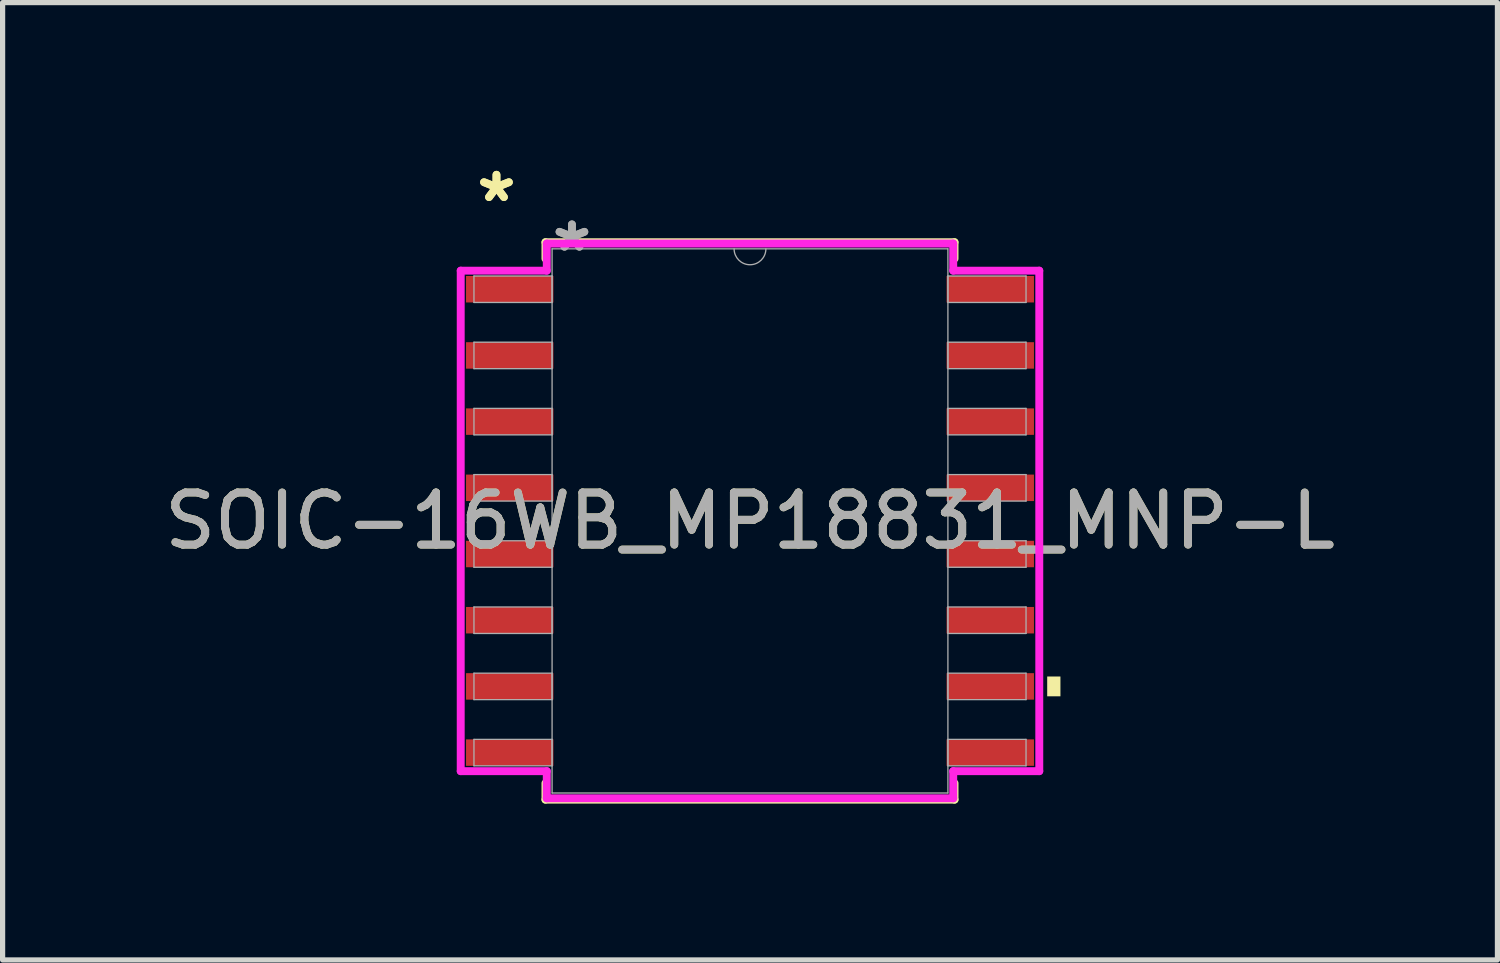
<source format=kicad_pcb>
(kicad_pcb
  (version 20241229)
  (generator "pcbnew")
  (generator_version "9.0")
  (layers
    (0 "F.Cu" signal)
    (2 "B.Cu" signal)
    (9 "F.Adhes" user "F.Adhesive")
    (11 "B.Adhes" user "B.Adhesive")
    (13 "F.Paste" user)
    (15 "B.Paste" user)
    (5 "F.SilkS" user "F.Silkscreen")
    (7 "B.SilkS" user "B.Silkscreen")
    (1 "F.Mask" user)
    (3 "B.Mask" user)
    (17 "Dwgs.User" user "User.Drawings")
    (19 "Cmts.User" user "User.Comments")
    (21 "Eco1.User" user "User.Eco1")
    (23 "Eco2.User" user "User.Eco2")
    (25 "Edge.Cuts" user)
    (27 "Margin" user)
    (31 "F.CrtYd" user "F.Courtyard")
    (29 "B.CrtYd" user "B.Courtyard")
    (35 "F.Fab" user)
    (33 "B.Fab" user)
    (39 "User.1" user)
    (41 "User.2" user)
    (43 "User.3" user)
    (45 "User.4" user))
  (footprint "SOIC-16WB_MP18831_MNP-L"
    (layer "F.Cu")
    (at 11.339 6.944)
    (property "Reference" "SOIC-16WB_MP18831_MNP-L" (at 0 0 0) (unlocked yes) (layer "F.SilkS") (effects (font (size 1 1) (thickness 0.15))))
    (attr smd)
    (fp_line (start -3.924 -5.347) (end -3.924 -5.032) (stroke (width 0.152) (type solid)) (layer "F.SilkS"))
    (fp_line (start -3.924 5.032) (end -3.924 5.347) (stroke (width 0.152) (type solid)) (layer "F.SilkS"))
    (fp_line (start -3.924 5.347) (end 3.924 5.347) (stroke (width 0.152) (type solid)) (layer "F.SilkS"))
    (fp_line (start 3.924 -5.347) (end -3.924 -5.347) (stroke (width 0.152) (type solid)) (layer "F.SilkS"))
    (fp_line (start 3.924 -5.032) (end 3.924 -5.347) (stroke (width 0.152) (type solid)) (layer "F.SilkS"))
    (fp_line (start 3.924 5.347) (end 3.924 5.032) (stroke (width 0.152) (type solid)) (layer "F.SilkS"))
    (fp_poly (pts (xy 5.956 2.985) (xy 5.956 3.365) (xy 5.702 3.365) (xy 5.702 2.985)) (stroke (width 0) (type solid)) (fill yes) (layer "F.SilkS"))
    (fp_line (start -5.55 -4.801) (end -3.899 -4.801) (stroke (width 0.152) (type solid)) (layer "F.CrtYd"))
    (fp_line (start -5.55 4.801) (end -5.55 -4.801) (stroke (width 0.152) (type solid)) (layer "F.CrtYd"))
    (fp_line (start -5.55 4.801) (end -3.899 4.801) (stroke (width 0.152) (type solid)) (layer "F.CrtYd"))
    (fp_line (start -3.899 -5.321) (end 3.899 -5.321) (stroke (width 0.152) (type solid)) (layer "F.CrtYd"))
    (fp_line (start -3.899 -4.801) (end -3.899 -5.321) (stroke (width 0.152) (type solid)) (layer "F.CrtYd"))
    (fp_line (start -3.899 5.321) (end -3.899 4.801) (stroke (width 0.152) (type solid)) (layer "F.CrtYd"))
    (fp_line (start 3.899 -5.321) (end 3.899 -4.801) (stroke (width 0.152) (type solid)) (layer "F.CrtYd"))
    (fp_line (start 3.899 4.801) (end 3.899 5.321) (stroke (width 0.152) (type solid)) (layer "F.CrtYd"))
    (fp_line (start 3.899 5.321) (end -3.899 5.321) (stroke (width 0.152) (type solid)) (layer "F.CrtYd"))
    (fp_line (start 5.55 -4.801) (end 3.899 -4.801) (stroke (width 0.152) (type solid)) (layer "F.CrtYd"))
    (fp_line (start 5.55 -4.801) (end 5.55 4.801) (stroke (width 0.152) (type solid)) (layer "F.CrtYd"))
    (fp_line (start 5.55 4.801) (end 3.899 4.801) (stroke (width 0.152) (type solid)) (layer "F.CrtYd"))
    (fp_line (start -5.296 -4.699) (end -5.296 -4.191) (stroke (width 0.025) (type solid)) (layer "F.Fab"))
    (fp_line (start -5.296 -4.191) (end -3.797 -4.191) (stroke (width 0.025) (type solid)) (layer "F.Fab"))
    (fp_line (start -5.296 -3.429) (end -5.296 -2.921) (stroke (width 0.025) (type solid)) (layer "F.Fab"))
    (fp_line (start -5.296 -2.921) (end -3.797 -2.921) (stroke (width 0.025) (type solid)) (layer "F.Fab"))
    (fp_line (start -5.296 -2.159) (end -5.296 -1.651) (stroke (width 0.025) (type solid)) (layer "F.Fab"))
    (fp_line (start -5.296 -1.651) (end -3.797 -1.651) (stroke (width 0.025) (type solid)) (layer "F.Fab"))
    (fp_line (start -5.296 -0.889) (end -5.296 -0.381) (stroke (width 0.025) (type solid)) (layer "F.Fab"))
    (fp_line (start -5.296 -0.381) (end -3.797 -0.381) (stroke (width 0.025) (type solid)) (layer "F.Fab"))
    (fp_line (start -5.296 0.381) (end -5.296 0.889) (stroke (width 0.025) (type solid)) (layer "F.Fab"))
    (fp_line (start -5.296 0.889) (end -3.797 0.889) (stroke (width 0.025) (type solid)) (layer "F.Fab"))
    (fp_line (start -5.296 1.651) (end -5.296 2.159) (stroke (width 0.025) (type solid)) (layer "F.Fab"))
    (fp_line (start -5.296 2.159) (end -3.797 2.159) (stroke (width 0.025) (type solid)) (layer "F.Fab"))
    (fp_line (start -5.296 2.921) (end -5.296 3.429) (stroke (width 0.025) (type solid)) (layer "F.Fab"))
    (fp_line (start -5.296 3.429) (end -3.797 3.429) (stroke (width 0.025) (type solid)) (layer "F.Fab"))
    (fp_line (start -5.296 4.191) (end -5.296 4.699) (stroke (width 0.025) (type solid)) (layer "F.Fab"))
    (fp_line (start -5.296 4.699) (end -3.797 4.699) (stroke (width 0.025) (type solid)) (layer "F.Fab"))
    (fp_line (start -3.797 -5.22) (end -3.797 5.22) (stroke (width 0.025) (type solid)) (layer "F.Fab"))
    (fp_line (start -3.797 -4.699) (end -5.296 -4.699) (stroke (width 0.025) (type solid)) (layer "F.Fab"))
    (fp_line (start -3.797 -4.191) (end -3.797 -4.699) (stroke (width 0.025) (type solid)) (layer "F.Fab"))
    (fp_line (start -3.797 -3.429) (end -5.296 -3.429) (stroke (width 0.025) (type solid)) (layer "F.Fab"))
    (fp_line (start -3.797 -2.921) (end -3.797 -3.429) (stroke (width 0.025) (type solid)) (layer "F.Fab"))
    (fp_line (start -3.797 -2.159) (end -5.296 -2.159) (stroke (width 0.025) (type solid)) (layer "F.Fab"))
    (fp_line (start -3.797 -1.651) (end -3.797 -2.159) (stroke (width 0.025) (type solid)) (layer "F.Fab"))
    (fp_line (start -3.797 -0.889) (end -5.296 -0.889) (stroke (width 0.025) (type solid)) (layer "F.Fab"))
    (fp_line (start -3.797 -0.381) (end -3.797 -0.889) (stroke (width 0.025) (type solid)) (layer "F.Fab"))
    (fp_line (start -3.797 0.381) (end -5.296 0.381) (stroke (width 0.025) (type solid)) (layer "F.Fab"))
    (fp_line (start -3.797 0.889) (end -3.797 0.381) (stroke (width 0.025) (type solid)) (layer "F.Fab"))
    (fp_line (start -3.797 1.651) (end -5.296 1.651) (stroke (width 0.025) (type solid)) (layer "F.Fab"))
    (fp_line (start -3.797 2.159) (end -3.797 1.651) (stroke (width 0.025) (type solid)) (layer "F.Fab"))
    (fp_line (start -3.797 2.921) (end -5.296 2.921) (stroke (width 0.025) (type solid)) (layer "F.Fab"))
    (fp_line (start -3.797 3.429) (end -3.797 2.921) (stroke (width 0.025) (type solid)) (layer "F.Fab"))
    (fp_line (start -3.797 4.191) (end -5.296 4.191) (stroke (width 0.025) (type solid)) (layer "F.Fab"))
    (fp_line (start -3.797 4.699) (end -3.797 4.191) (stroke (width 0.025) (type solid)) (layer "F.Fab"))
    (fp_line (start -3.797 5.22) (end 3.797 5.22) (stroke (width 0.025) (type solid)) (layer "F.Fab"))
    (fp_line (start 3.797 -5.22) (end -3.797 -5.22) (stroke (width 0.025) (type solid)) (layer "F.Fab"))
    (fp_line (start 3.797 -4.699) (end 3.797 -4.191) (stroke (width 0.025) (type solid)) (layer "F.Fab"))
    (fp_line (start 3.797 -4.191) (end 5.296 -4.191) (stroke (width 0.025) (type solid)) (layer "F.Fab"))
    (fp_line (start 3.797 -3.429) (end 3.797 -2.921) (stroke (width 0.025) (type solid)) (layer "F.Fab"))
    (fp_line (start 3.797 -2.921) (end 5.296 -2.921) (stroke (width 0.025) (type solid)) (layer "F.Fab"))
    (fp_line (start 3.797 -2.159) (end 3.797 -1.651) (stroke (width 0.025) (type solid)) (layer "F.Fab"))
    (fp_line (start 3.797 -1.651) (end 5.296 -1.651) (stroke (width 0.025) (type solid)) (layer "F.Fab"))
    (fp_line (start 3.797 -0.889) (end 3.797 -0.381) (stroke (width 0.025) (type solid)) (layer "F.Fab"))
    (fp_line (start 3.797 -0.381) (end 5.296 -0.381) (stroke (width 0.025) (type solid)) (layer "F.Fab"))
    (fp_line (start 3.797 0.381) (end 3.797 0.889) (stroke (width 0.025) (type solid)) (layer "F.Fab"))
    (fp_line (start 3.797 0.889) (end 5.296 0.889) (stroke (width 0.025) (type solid)) (layer "F.Fab"))
    (fp_line (start 3.797 1.651) (end 3.797 2.159) (stroke (width 0.025) (type solid)) (layer "F.Fab"))
    (fp_line (start 3.797 2.159) (end 5.296 2.159) (stroke (width 0.025) (type solid)) (layer "F.Fab"))
    (fp_line (start 3.797 2.921) (end 3.797 3.429) (stroke (width 0.025) (type solid)) (layer "F.Fab"))
    (fp_line (start 3.797 3.429) (end 5.296 3.429) (stroke (width 0.025) (type solid)) (layer "F.Fab"))
    (fp_line (start 3.797 4.191) (end 3.797 4.699) (stroke (width 0.025) (type solid)) (layer "F.Fab"))
    (fp_line (start 3.797 4.699) (end 5.296 4.699) (stroke (width 0.025) (type solid)) (layer "F.Fab"))
    (fp_line (start 3.797 5.22) (end 3.797 -5.22) (stroke (width 0.025) (type solid)) (layer "F.Fab"))
    (fp_line (start 5.296 -4.699) (end 3.797 -4.699) (stroke (width 0.025) (type solid)) (layer "F.Fab"))
    (fp_line (start 5.296 -4.191) (end 5.296 -4.699) (stroke (width 0.025) (type solid)) (layer "F.Fab"))
    (fp_line (start 5.296 -3.429) (end 3.797 -3.429) (stroke (width 0.025) (type solid)) (layer "F.Fab"))
    (fp_line (start 5.296 -2.921) (end 5.296 -3.429) (stroke (width 0.025) (type solid)) (layer "F.Fab"))
    (fp_line (start 5.296 -2.159) (end 3.797 -2.159) (stroke (width 0.025) (type solid)) (layer "F.Fab"))
    (fp_line (start 5.296 -1.651) (end 5.296 -2.159) (stroke (width 0.025) (type solid)) (layer "F.Fab"))
    (fp_line (start 5.296 -0.889) (end 3.797 -0.889) (stroke (width 0.025) (type solid)) (layer "F.Fab"))
    (fp_line (start 5.296 -0.381) (end 5.296 -0.889) (stroke (width 0.025) (type solid)) (layer "F.Fab"))
    (fp_line (start 5.296 0.381) (end 3.797 0.381) (stroke (width 0.025) (type solid)) (layer "F.Fab"))
    (fp_line (start 5.296 0.889) (end 5.296 0.381) (stroke (width 0.025) (type solid)) (layer "F.Fab"))
    (fp_line (start 5.296 1.651) (end 3.797 1.651) (stroke (width 0.025) (type solid)) (layer "F.Fab"))
    (fp_line (start 5.296 2.159) (end 5.296 1.651) (stroke (width 0.025) (type solid)) (layer "F.Fab"))
    (fp_line (start 5.296 2.921) (end 3.797 2.921) (stroke (width 0.025) (type solid)) (layer "F.Fab"))
    (fp_line (start 5.296 3.429) (end 5.296 2.921) (stroke (width 0.025) (type solid)) (layer "F.Fab"))
    (fp_line (start 5.296 4.191) (end 3.797 4.191) (stroke (width 0.025) (type solid)) (layer "F.Fab"))
    (fp_line (start 5.296 4.699) (end 5.296 4.191) (stroke (width 0.025) (type solid)) (layer "F.Fab"))
    (fp_arc (start 0.3048 -5.2197) (mid 0 -4.9149) (end -0.3048 -5.2197) (stroke (width 0.0254) (type solid)) (layer "F.Fab"))
    (fp_text user "*" (at -4.864 -6.096 0) (layer "F.SilkS") (effects (font (size 1 1) (thickness 0.15))))
    (fp_text user "*" (at -4.864 -6.096 0) (unlocked yes) (layer "F.SilkS") (effects (font (size 1 1) (thickness 0.15))))
    (fp_text user "*" (at -3.416 -5.144 0) (unlocked yes) (layer "F.Fab") (effects (font (size 1 1) (thickness 0.15))))
    (fp_text user "${REFERENCE}" (at 0 0 0) (unlocked yes) (layer "F.Fab") (effects (font (size 1 1) (thickness 0.15))))
    (fp_text user "*" (at -3.416 -5.144 0) (layer "F.Fab") (effects (font (size 1 1) (thickness 0.15))))
    (pad "1" smd rect (at -4.61 -4.445) (size 1.676 0.508) (layers "F.Cu" "F.Mask" "F.Paste"))
    (pad "2" smd rect (at -4.61 -3.175) (size 1.676 0.508) (layers "F.Cu" "F.Mask" "F.Paste"))
    (pad "3" smd rect (at -4.61 -1.905) (size 1.676 0.508) (layers "F.Cu" "F.Mask" "F.Paste"))
    (pad "4" smd rect (at -4.61 -0.635) (size 1.676 0.508) (layers "F.Cu" "F.Mask" "F.Paste"))
    (pad "5" smd rect (at -4.61 0.635) (size 1.676 0.508) (layers "F.Cu" "F.Mask" "F.Paste"))
    (pad "6" smd rect (at -4.61 1.905) (size 1.676 0.508) (layers "F.Cu" "F.Mask" "F.Paste"))
    (pad "7" smd rect (at -4.61 3.175) (size 1.676 0.508) (layers "F.Cu" "F.Mask" "F.Paste"))
    (pad "8" smd rect (at -4.61 4.445) (size 1.676 0.508) (layers "F.Cu" "F.Mask" "F.Paste"))
    (pad "9" smd rect (at 4.61 4.445) (size 1.676 0.508) (layers "F.Cu" "F.Mask" "F.Paste"))
    (pad "10" smd rect (at 4.61 3.175) (size 1.676 0.508) (layers "F.Cu" "F.Mask" "F.Paste"))
    (pad "11" smd rect (at 4.61 1.905) (size 1.676 0.508) (layers "F.Cu" "F.Mask" "F.Paste"))
    (pad "12" smd rect (at 4.61 0.635) (size 1.676 0.508) (layers "F.Cu" "F.Mask" "F.Paste"))
    (pad "13" smd rect (at 4.61 -0.635) (size 1.676 0.508) (layers "F.Cu" "F.Mask" "F.Paste"))
    (pad "14" smd rect (at 4.61 -1.905) (size 1.676 0.508) (layers "F.Cu" "F.Mask" "F.Paste"))
    (pad "15" smd rect (at 4.61 -3.175) (size 1.676 0.508) (layers "F.Cu" "F.Mask" "F.Paste"))
    (pad "16" smd rect (at 4.61 -4.445) (size 1.676 0.508) (layers "F.Cu" "F.Mask" "F.Paste")))
  (gr_rect
    (start -3 -3)
    (end 25.679 15.367)
    (stroke (width 0.1) (type default))
    (fill no)
    (layer "Edge.Cuts")))
</source>
